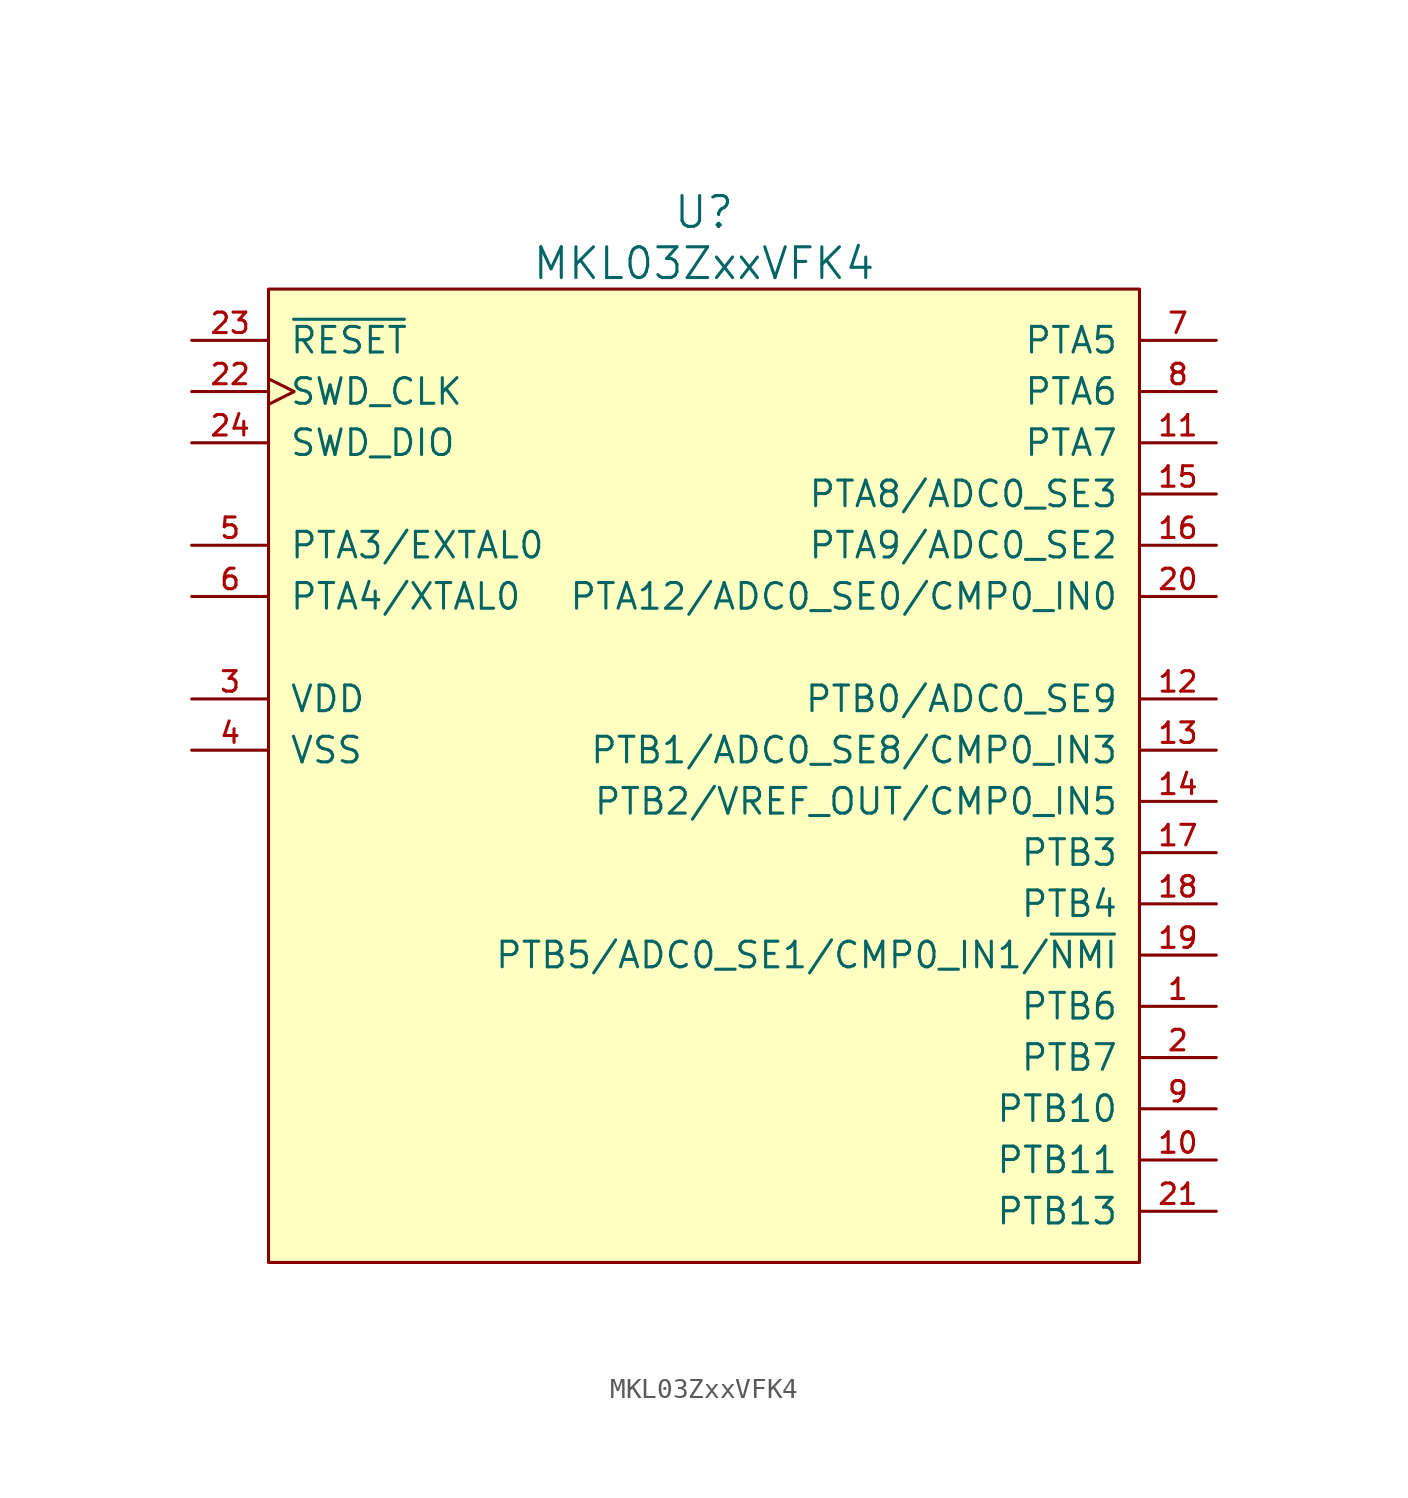
<source format=kicad_sym>
(kicad_symbol_lib
  (version 20211014)
  (generator kicad_symbol_editor)
  (symbol "MKL03ZxxVFK4"
    (pin_names
      (offset 1.016))
    (property "Reference" "U"
      (at 0 3.81 0)
      (effects (font (size 1.524 1.524))))
    (property "Value" "MKL03ZxxVFK4"
      (at 0 1.27 0)
      (effects (font (size 1.524 1.524))))
    (symbol "MKL03ZxxVFK4_0_1"
      (rectangle (start -21.59 0) (end 21.59 -48.26) (stroke (width 0) (type default) (color 0 0 0 0)) (fill (type background))))
    (symbol "MKL03ZxxVFK4_1_1"
      (pin tri_state line (at 25.4 -35.56 180) (length 3.81) (name "PTB6" (effects (font (size 1.27 1.27)))) (number "1" (effects (font (size 1.016 1.016)))))
      (pin tri_state line (at 25.4 -43.18 180) (length 3.81) (name "PTB11" (effects (font (size 1.27 1.27)))) (number "10" (effects (font (size 1.016 1.016)))))
      (pin tri_state line (at 25.4 -7.62 180) (length 3.81) (name "PTA7" (effects (font (size 1.27 1.27)))) (number "11" (effects (font (size 1.016 1.016)))))
      (pin tri_state line (at 25.4 -20.32 180) (length 3.81) (name "PTB0/ADC0_SE9" (effects (font (size 1.27 1.27)))) (number "12" (effects (font (size 1.016 1.016)))))
      (pin tri_state line (at 25.4 -22.86 180) (length 3.81) (name "PTB1/ADC0_SE8/CMP0_IN3" (effects (font (size 1.27 1.27)))) (number "13" (effects (font (size 1.016 1.016)))))
      (pin tri_state line (at 25.4 -25.4 180) (length 3.81) (name "PTB2/VREF_OUT/CMP0_IN5" (effects (font (size 1.27 1.27)))) (number "14" (effects (font (size 1.016 1.016)))))
      (pin tri_state line (at 25.4 -10.16 180) (length 3.81) (name "PTA8/ADC0_SE3" (effects (font (size 1.27 1.27)))) (number "15" (effects (font (size 1.016 1.016)))))
      (pin tri_state line (at 25.4 -12.7 180) (length 3.81) (name "PTA9/ADC0_SE2" (effects (font (size 1.27 1.27)))) (number "16" (effects (font (size 1.016 1.016)))))
      (pin tri_state line (at 25.4 -27.94 180) (length 3.81) (name "PTB3" (effects (font (size 1.27 1.27)))) (number "17" (effects (font (size 1.016 1.016)))))
      (pin tri_state line (at 25.4 -30.48 180) (length 3.81) (name "PTB4" (effects (font (size 1.27 1.27)))) (number "18" (effects (font (size 1.016 1.016)))))
      (pin tri_state line (at 25.4 -33.02 180) (length 3.81) (name "PTB5/ADC0_SE1/CMP0_IN1/~{NMI}" (effects (font (size 1.27 1.27)))) (number "19" (effects (font (size 1.016 1.016)))))
      (pin tri_state line (at 25.4 -38.1 180) (length 3.81) (name "PTB7" (effects (font (size 1.27 1.27)))) (number "2" (effects (font (size 1.016 1.016)))))
      (pin tri_state line (at 25.4 -15.24 180) (length 3.81) (name "PTA12/ADC0_SE0/CMP0_IN0" (effects (font (size 1.27 1.27)))) (number "20" (effects (font (size 1.016 1.016)))))
      (pin tri_state line (at 25.4 -45.72 180) (length 3.81) (name "PTB13" (effects (font (size 1.27 1.27)))) (number "21" (effects (font (size 1.016 1.016)))))
      (pin input clock (at -25.4 -5.08 0) (length 3.81) (name "SWD_CLK" (effects (font (size 1.27 1.27)))) (number "22" (effects (font (size 1.016 1.016)))))
      (pin open_collector line (at -25.4 -2.54 0) (length 3.81) (name "~{RESET}" (effects (font (size 1.27 1.27)))) (number "23" (effects (font (size 1.016 1.016)))))
      (pin bidirectional line (at -25.4 -7.62 0) (length 3.81) (name "SWD_DIO" (effects (font (size 1.27 1.27)))) (number "24" (effects (font (size 1.016 1.016)))))
      (pin power_in line (at -25.4 -20.32 0) (length 3.81) (name "VDD" (effects (font (size 1.27 1.27)))) (number "3" (effects (font (size 1.016 1.016)))))
      (pin power_in line (at -25.4 -22.86 0) (length 3.81) (name "VSS" (effects (font (size 1.27 1.27)))) (number "4" (effects (font (size 1.016 1.016)))))
      (pin tri_state line (at -25.4 -12.7 0) (length 3.81) (name "PTA3/EXTAL0" (effects (font (size 1.27 1.27)))) (number "5" (effects (font (size 1.016 1.016)))))
      (pin tri_state line (at -25.4 -15.24 0) (length 3.81) (name "PTA4/XTAL0" (effects (font (size 1.27 1.27)))) (number "6" (effects (font (size 1.016 1.016)))))
      (pin tri_state line (at 25.4 -2.54 180) (length 3.81) (name "PTA5" (effects (font (size 1.27 1.27)))) (number "7" (effects (font (size 1.016 1.016)))))
      (pin tri_state line (at 25.4 -5.08 180) (length 3.81) (name "PTA6" (effects (font (size 1.27 1.27)))) (number "8" (effects (font (size 1.016 1.016)))))
      (pin tri_state line (at 25.4 -40.64 180) (length 3.81) (name "PTB10" (effects (font (size 1.27 1.27)))) (number "9" (effects (font (size 1.016 1.016))))))))
</source>
